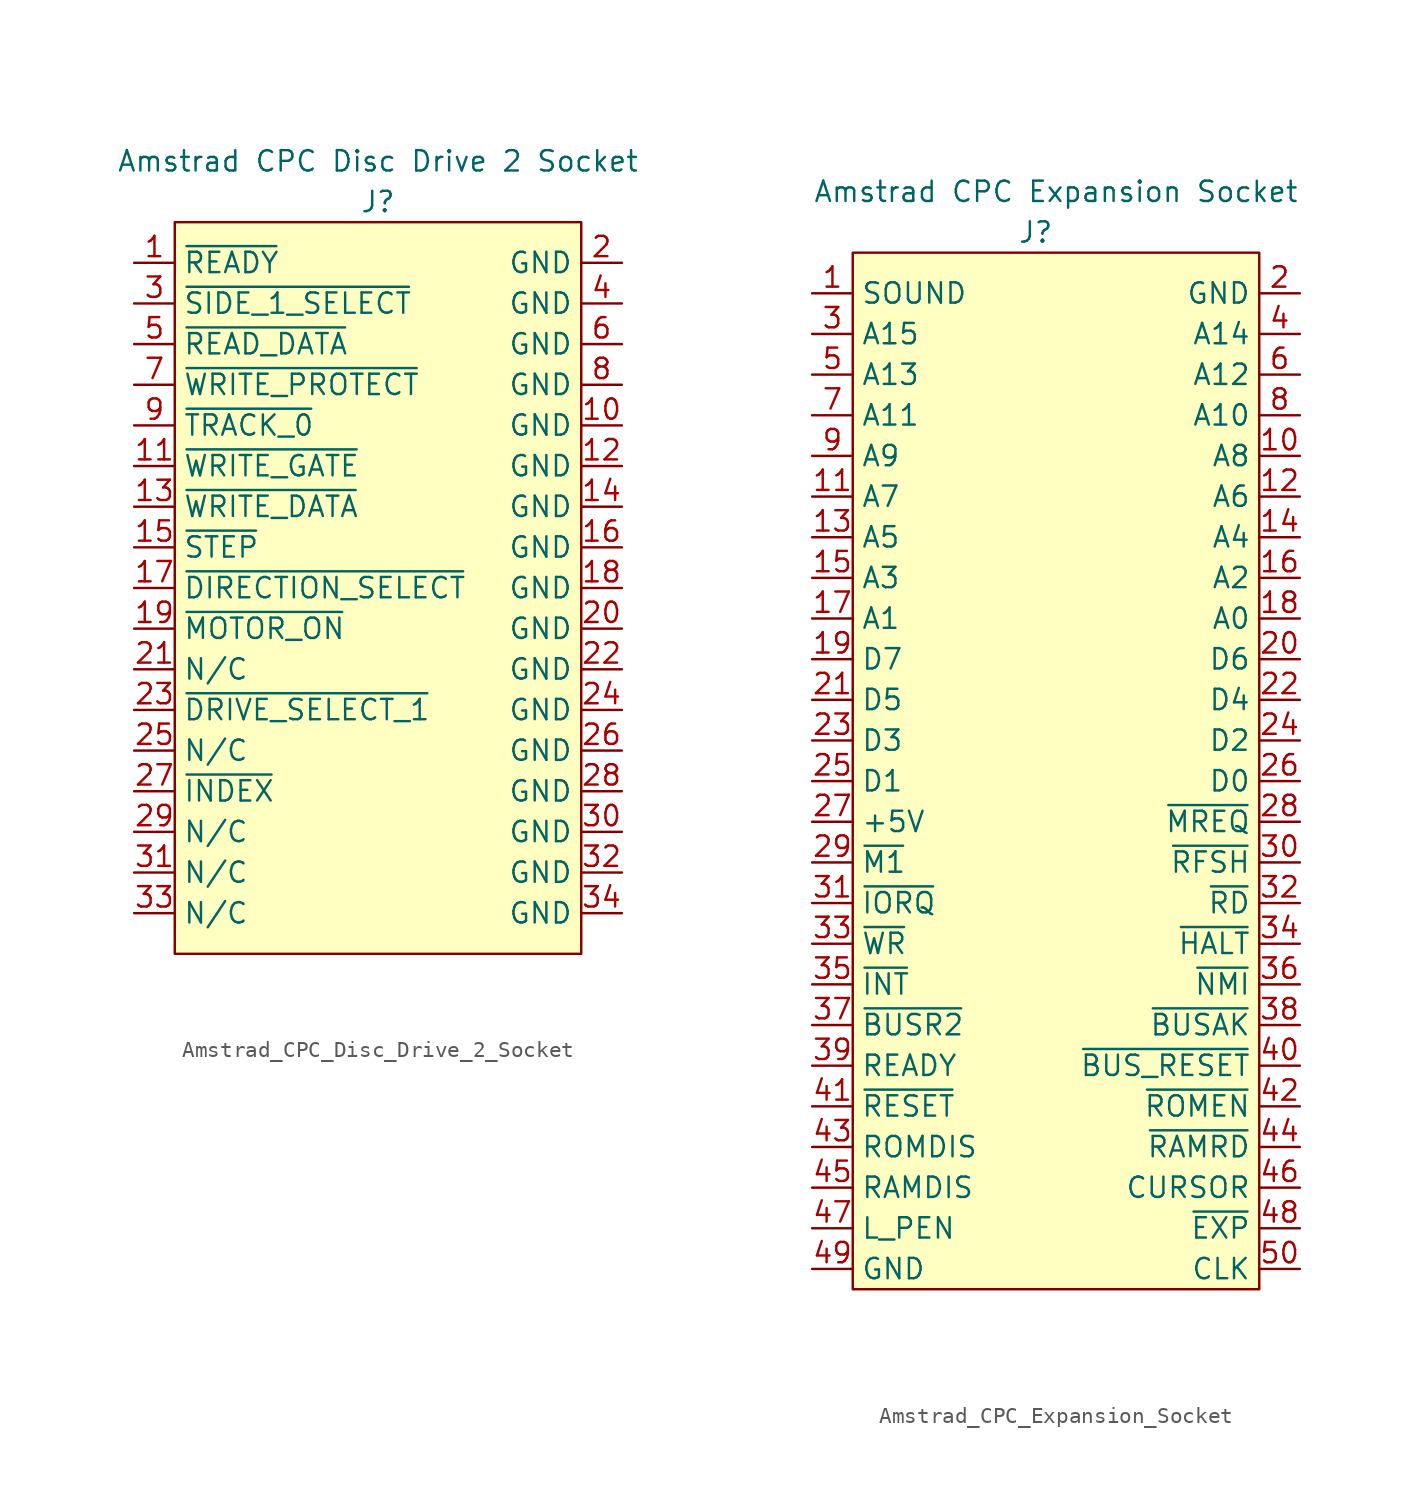
<source format=kicad_sym>
(kicad_symbol_lib
  (version 20220914)
  (generator kicad_symbol_editor)
  (symbol "Amstrad_CPC_Disc_Drive_2_Socket"
    (property "Reference" "J"
      (at 10.16 0 0)
      (effects (font (size 1.27 1.27))))
    (property "Value" "Amstrad CPC Disc Drive 2 Socket"
      (at 10.16 2.54 0)
      (effects (font (size 1.27 1.27))))
    (symbol "Amstrad_CPC_Disc_Drive_2_Socket_1_1"
      (rectangle (start -2.54 -1.27) (end 22.86 -46.99) (stroke (width 0) (type default)) (fill (type background)))
      (pin bidirectional line (at -5.08 -3.81 0) (length 2.54) (name "~{READY}" (effects (font (size 1.27 1.27)))) (number "1" (effects (font (size 1.27 1.27)))))
      (pin bidirectional line (at 25.4 -13.97 180) (length 2.54) (name "GND" (effects (font (size 1.27 1.27)))) (number "10" (effects (font (size 1.27 1.27)))))
      (pin bidirectional line (at -5.08 -16.51 0) (length 2.54) (name "~{WRITE_GATE}" (effects (font (size 1.27 1.27)))) (number "11" (effects (font (size 1.27 1.27)))))
      (pin bidirectional line (at 25.4 -16.51 180) (length 2.54) (name "GND" (effects (font (size 1.27 1.27)))) (number "12" (effects (font (size 1.27 1.27)))))
      (pin bidirectional line (at -5.08 -19.05 0) (length 2.54) (name "~{WRITE_DATA}" (effects (font (size 1.27 1.27)))) (number "13" (effects (font (size 1.27 1.27)))))
      (pin bidirectional line (at 25.4 -19.05 180) (length 2.54) (name "GND" (effects (font (size 1.27 1.27)))) (number "14" (effects (font (size 1.27 1.27)))))
      (pin bidirectional line (at -5.08 -21.59 0) (length 2.54) (name "~{STEP}" (effects (font (size 1.27 1.27)))) (number "15" (effects (font (size 1.27 1.27)))))
      (pin bidirectional line (at 25.4 -21.59 180) (length 2.54) (name "GND" (effects (font (size 1.27 1.27)))) (number "16" (effects (font (size 1.27 1.27)))))
      (pin bidirectional line (at -5.08 -24.13 0) (length 2.54) (name "~{DIRECTION_SELECT}" (effects (font (size 1.27 1.27)))) (number "17" (effects (font (size 1.27 1.27)))))
      (pin bidirectional line (at 25.4 -24.13 180) (length 2.54) (name "GND" (effects (font (size 1.27 1.27)))) (number "18" (effects (font (size 1.27 1.27)))))
      (pin bidirectional line (at -5.08 -26.67 0) (length 2.54) (name "~{MOTOR_ON}" (effects (font (size 1.27 1.27)))) (number "19" (effects (font (size 1.27 1.27)))))
      (pin bidirectional line (at 25.4 -3.81 180) (length 2.54) (name "GND" (effects (font (size 1.27 1.27)))) (number "2" (effects (font (size 1.27 1.27)))))
      (pin bidirectional line (at 25.4 -26.67 180) (length 2.54) (name "GND" (effects (font (size 1.27 1.27)))) (number "20" (effects (font (size 1.27 1.27)))))
      (pin bidirectional line (at -5.08 -29.21 0) (length 2.54) (name "N/C" (effects (font (size 1.27 1.27)))) (number "21" (effects (font (size 1.27 1.27)))))
      (pin bidirectional line (at 25.4 -29.21 180) (length 2.54) (name "GND" (effects (font (size 1.27 1.27)))) (number "22" (effects (font (size 1.27 1.27)))))
      (pin bidirectional line (at -5.08 -31.75 0) (length 2.54) (name "~{DRIVE_SELECT_1}" (effects (font (size 1.27 1.27)))) (number "23" (effects (font (size 1.27 1.27)))))
      (pin bidirectional line (at 25.4 -31.75 180) (length 2.54) (name "GND" (effects (font (size 1.27 1.27)))) (number "24" (effects (font (size 1.27 1.27)))))
      (pin bidirectional line (at -5.08 -34.29 0) (length 2.54) (name "N/C" (effects (font (size 1.27 1.27)))) (number "25" (effects (font (size 1.27 1.27)))))
      (pin bidirectional line (at 25.4 -34.29 180) (length 2.54) (name "GND" (effects (font (size 1.27 1.27)))) (number "26" (effects (font (size 1.27 1.27)))))
      (pin bidirectional line (at -5.08 -36.83 0) (length 2.54) (name "~{INDEX}" (effects (font (size 1.27 1.27)))) (number "27" (effects (font (size 1.27 1.27)))))
      (pin bidirectional line (at 25.4 -36.83 180) (length 2.54) (name "GND" (effects (font (size 1.27 1.27)))) (number "28" (effects (font (size 1.27 1.27)))))
      (pin bidirectional line (at -5.08 -39.37 0) (length 2.54) (name "N/C" (effects (font (size 1.27 1.27)))) (number "29" (effects (font (size 1.27 1.27)))))
      (pin bidirectional line (at -5.08 -6.35 0) (length 2.54) (name "~{SIDE_1_SELECT}" (effects (font (size 1.27 1.27)))) (number "3" (effects (font (size 1.27 1.27)))))
      (pin bidirectional line (at 25.4 -39.37 180) (length 2.54) (name "GND" (effects (font (size 1.27 1.27)))) (number "30" (effects (font (size 1.27 1.27)))))
      (pin bidirectional line (at -5.08 -41.91 0) (length 2.54) (name "N/C" (effects (font (size 1.27 1.27)))) (number "31" (effects (font (size 1.27 1.27)))))
      (pin bidirectional line (at 25.4 -41.91 180) (length 2.54) (name "GND" (effects (font (size 1.27 1.27)))) (number "32" (effects (font (size 1.27 1.27)))))
      (pin bidirectional line (at -5.08 -44.45 0) (length 2.54) (name "N/C" (effects (font (size 1.27 1.27)))) (number "33" (effects (font (size 1.27 1.27)))))
      (pin bidirectional line (at 25.4 -44.45 180) (length 2.54) (name "GND" (effects (font (size 1.27 1.27)))) (number "34" (effects (font (size 1.27 1.27)))))
      (pin bidirectional line (at 25.4 -6.35 180) (length 2.54) (name "GND" (effects (font (size 1.27 1.27)))) (number "4" (effects (font (size 1.27 1.27)))))
      (pin bidirectional line (at -5.08 -8.89 0) (length 2.54) (name "~{READ_DATA}" (effects (font (size 1.27 1.27)))) (number "5" (effects (font (size 1.27 1.27)))))
      (pin bidirectional line (at 25.4 -8.89 180) (length 2.54) (name "GND" (effects (font (size 1.27 1.27)))) (number "6" (effects (font (size 1.27 1.27)))))
      (pin bidirectional line (at -5.08 -11.43 0) (length 2.54) (name "~{WRITE_PROTECT}" (effects (font (size 1.27 1.27)))) (number "7" (effects (font (size 1.27 1.27)))))
      (pin bidirectional line (at 25.4 -11.43 180) (length 2.54) (name "GND" (effects (font (size 1.27 1.27)))) (number "8" (effects (font (size 1.27 1.27)))))
      (pin bidirectional line (at -5.08 -13.97 0) (length 2.54) (name "~{TRACK_0}" (effects (font (size 1.27 1.27)))) (number "9" (effects (font (size 1.27 1.27)))))))
  (symbol "Amstrad_CPC_Expansion_Socket"
    (property "Reference" "J"
      (at 11.43 66.04 0)
      (effects (font (size 1.27 1.27))))
    (property "Value" "Amstrad CPC Expansion Socket"
      (at 12.7 68.58 0)
      (effects (font (size 1.27 1.27))))
    (symbol "Amstrad_CPC_Expansion_Socket_1_1"
      (rectangle (start 0 64.77) (end 25.4 0) (stroke (width 0) (type default)) (fill (type background)))
      (pin bidirectional line (at -2.54 62.23 0) (length 2.54) (name "SOUND" (effects (font (size 1.27 1.27)))) (number "1" (effects (font (size 1.27 1.27)))))
      (pin bidirectional line (at 27.94 52.07 180) (length 2.54) (name "A8" (effects (font (size 1.27 1.27)))) (number "10" (effects (font (size 1.27 1.27)))))
      (pin bidirectional line (at -2.54 49.53 0) (length 2.54) (name "A7" (effects (font (size 1.27 1.27)))) (number "11" (effects (font (size 1.27 1.27)))))
      (pin bidirectional line (at 27.94 49.53 180) (length 2.54) (name "A6" (effects (font (size 1.27 1.27)))) (number "12" (effects (font (size 1.27 1.27)))))
      (pin bidirectional line (at -2.54 46.99 0) (length 2.54) (name "A5" (effects (font (size 1.27 1.27)))) (number "13" (effects (font (size 1.27 1.27)))))
      (pin bidirectional line (at 27.94 46.99 180) (length 2.54) (name "A4" (effects (font (size 1.27 1.27)))) (number "14" (effects (font (size 1.27 1.27)))))
      (pin bidirectional line (at -2.54 44.45 0) (length 2.54) (name "A3" (effects (font (size 1.27 1.27)))) (number "15" (effects (font (size 1.27 1.27)))))
      (pin bidirectional line (at 27.94 44.45 180) (length 2.54) (name "A2" (effects (font (size 1.27 1.27)))) (number "16" (effects (font (size 1.27 1.27)))))
      (pin bidirectional line (at -2.54 41.91 0) (length 2.54) (name "A1" (effects (font (size 1.27 1.27)))) (number "17" (effects (font (size 1.27 1.27)))))
      (pin bidirectional line (at 27.94 41.91 180) (length 2.54) (name "A0" (effects (font (size 1.27 1.27)))) (number "18" (effects (font (size 1.27 1.27)))))
      (pin bidirectional line (at -2.54 39.37 0) (length 2.54) (name "D7" (effects (font (size 1.27 1.27)))) (number "19" (effects (font (size 1.27 1.27)))))
      (pin power_in line (at 27.94 62.23 180) (length 2.54) (name "GND" (effects (font (size 1.27 1.27)))) (number "2" (effects (font (size 1.27 1.27)))))
      (pin bidirectional line (at 27.94 39.37 180) (length 2.54) (name "D6" (effects (font (size 1.27 1.27)))) (number "20" (effects (font (size 1.27 1.27)))))
      (pin bidirectional line (at -2.54 36.83 0) (length 2.54) (name "D5" (effects (font (size 1.27 1.27)))) (number "21" (effects (font (size 1.27 1.27)))))
      (pin bidirectional line (at 27.94 36.83 180) (length 2.54) (name "D4" (effects (font (size 1.27 1.27)))) (number "22" (effects (font (size 1.27 1.27)))))
      (pin bidirectional line (at -2.54 34.29 0) (length 2.54) (name "D3" (effects (font (size 1.27 1.27)))) (number "23" (effects (font (size 1.27 1.27)))))
      (pin bidirectional line (at 27.94 34.29 180) (length 2.54) (name "D2" (effects (font (size 1.27 1.27)))) (number "24" (effects (font (size 1.27 1.27)))))
      (pin bidirectional line (at -2.54 31.75 0) (length 2.54) (name "D1" (effects (font (size 1.27 1.27)))) (number "25" (effects (font (size 1.27 1.27)))))
      (pin bidirectional line (at 27.94 31.75 180) (length 2.54) (name "D0" (effects (font (size 1.27 1.27)))) (number "26" (effects (font (size 1.27 1.27)))))
      (pin power_in line (at -2.54 29.21 0) (length 2.54) (name "+5V" (effects (font (size 1.27 1.27)))) (number "27" (effects (font (size 1.27 1.27)))))
      (pin bidirectional line (at 27.94 29.21 180) (length 2.54) (name "~{MREQ}" (effects (font (size 1.27 1.27)))) (number "28" (effects (font (size 1.27 1.27)))))
      (pin bidirectional line (at -2.54 26.67 0) (length 2.54) (name "~{M1}" (effects (font (size 1.27 1.27)))) (number "29" (effects (font (size 1.27 1.27)))))
      (pin bidirectional line (at -2.54 59.69 0) (length 2.54) (name "A15" (effects (font (size 1.27 1.27)))) (number "3" (effects (font (size 1.27 1.27)))))
      (pin bidirectional line (at 27.94 26.67 180) (length 2.54) (name "~{RFSH}" (effects (font (size 1.27 1.27)))) (number "30" (effects (font (size 1.27 1.27)))))
      (pin bidirectional line (at -2.54 24.13 0) (length 2.54) (name "~{IORQ}" (effects (font (size 1.27 1.27)))) (number "31" (effects (font (size 1.27 1.27)))))
      (pin bidirectional line (at 27.94 24.13 180) (length 2.54) (name "~{RD}" (effects (font (size 1.27 1.27)))) (number "32" (effects (font (size 1.27 1.27)))))
      (pin bidirectional line (at -2.54 21.59 0) (length 2.54) (name "~{WR}" (effects (font (size 1.27 1.27)))) (number "33" (effects (font (size 1.27 1.27)))))
      (pin bidirectional line (at 27.94 21.59 180) (length 2.54) (name "~{HALT}" (effects (font (size 1.27 1.27)))) (number "34" (effects (font (size 1.27 1.27)))))
      (pin bidirectional line (at -2.54 19.05 0) (length 2.54) (name "~{INT}" (effects (font (size 1.27 1.27)))) (number "35" (effects (font (size 1.27 1.27)))))
      (pin bidirectional line (at 27.94 19.05 180) (length 2.54) (name "~{NMI}" (effects (font (size 1.27 1.27)))) (number "36" (effects (font (size 1.27 1.27)))))
      (pin bidirectional line (at -2.54 16.51 0) (length 2.54) (name "~{BUSR2}" (effects (font (size 1.27 1.27)))) (number "37" (effects (font (size 1.27 1.27)))))
      (pin bidirectional line (at 27.94 16.51 180) (length 2.54) (name "~{BUSAK}" (effects (font (size 1.27 1.27)))) (number "38" (effects (font (size 1.27 1.27)))))
      (pin bidirectional line (at -2.54 13.97 0) (length 2.54) (name "READY" (effects (font (size 1.27 1.27)))) (number "39" (effects (font (size 1.27 1.27)))))
      (pin bidirectional line (at 27.94 59.69 180) (length 2.54) (name "A14" (effects (font (size 1.27 1.27)))) (number "4" (effects (font (size 1.27 1.27)))))
      (pin bidirectional line (at 27.94 13.97 180) (length 2.54) (name "~{BUS_RESET}" (effects (font (size 1.27 1.27)))) (number "40" (effects (font (size 1.27 1.27)))))
      (pin bidirectional line (at -2.54 11.43 0) (length 2.54) (name "~{RESET}" (effects (font (size 1.27 1.27)))) (number "41" (effects (font (size 1.27 1.27)))))
      (pin bidirectional line (at 27.94 11.43 180) (length 2.54) (name "~{ROMEN}" (effects (font (size 1.27 1.27)))) (number "42" (effects (font (size 1.27 1.27)))))
      (pin bidirectional line (at -2.54 8.89 0) (length 2.54) (name "ROMDIS" (effects (font (size 1.27 1.27)))) (number "43" (effects (font (size 1.27 1.27)))))
      (pin bidirectional line (at 27.94 8.89 180) (length 2.54) (name "~{RAMRD}" (effects (font (size 1.27 1.27)))) (number "44" (effects (font (size 1.27 1.27)))))
      (pin bidirectional line (at -2.54 6.35 0) (length 2.54) (name "RAMDIS" (effects (font (size 1.27 1.27)))) (number "45" (effects (font (size 1.27 1.27)))))
      (pin bidirectional line (at 27.94 6.35 180) (length 2.54) (name "CURSOR" (effects (font (size 1.27 1.27)))) (number "46" (effects (font (size 1.27 1.27)))))
      (pin bidirectional line (at -2.54 3.81 0) (length 2.54) (name "L_PEN" (effects (font (size 1.27 1.27)))) (number "47" (effects (font (size 1.27 1.27)))))
      (pin bidirectional line (at 27.94 3.81 180) (length 2.54) (name "~{EXP}" (effects (font (size 1.27 1.27)))) (number "48" (effects (font (size 1.27 1.27)))))
      (pin power_in line (at -2.54 1.27 0) (length 2.54) (name "GND" (effects (font (size 1.27 1.27)))) (number "49" (effects (font (size 1.27 1.27)))))
      (pin bidirectional line (at -2.54 57.15 0) (length 2.54) (name "A13" (effects (font (size 1.27 1.27)))) (number "5" (effects (font (size 1.27 1.27)))))
      (pin bidirectional line (at 27.94 1.27 180) (length 2.54) (name "CLK" (effects (font (size 1.27 1.27)))) (number "50" (effects (font (size 1.27 1.27)))))
      (pin bidirectional line (at 27.94 57.15 180) (length 2.54) (name "A12" (effects (font (size 1.27 1.27)))) (number "6" (effects (font (size 1.27 1.27)))))
      (pin bidirectional line (at -2.54 54.61 0) (length 2.54) (name "A11" (effects (font (size 1.27 1.27)))) (number "7" (effects (font (size 1.27 1.27)))))
      (pin bidirectional line (at 27.94 54.61 180) (length 2.54) (name "A10" (effects (font (size 1.27 1.27)))) (number "8" (effects (font (size 1.27 1.27)))))
      (pin bidirectional line (at -2.54 52.07 0) (length 2.54) (name "A9" (effects (font (size 1.27 1.27)))) (number "9" (effects (font (size 1.27 1.27))))))))
</source>
